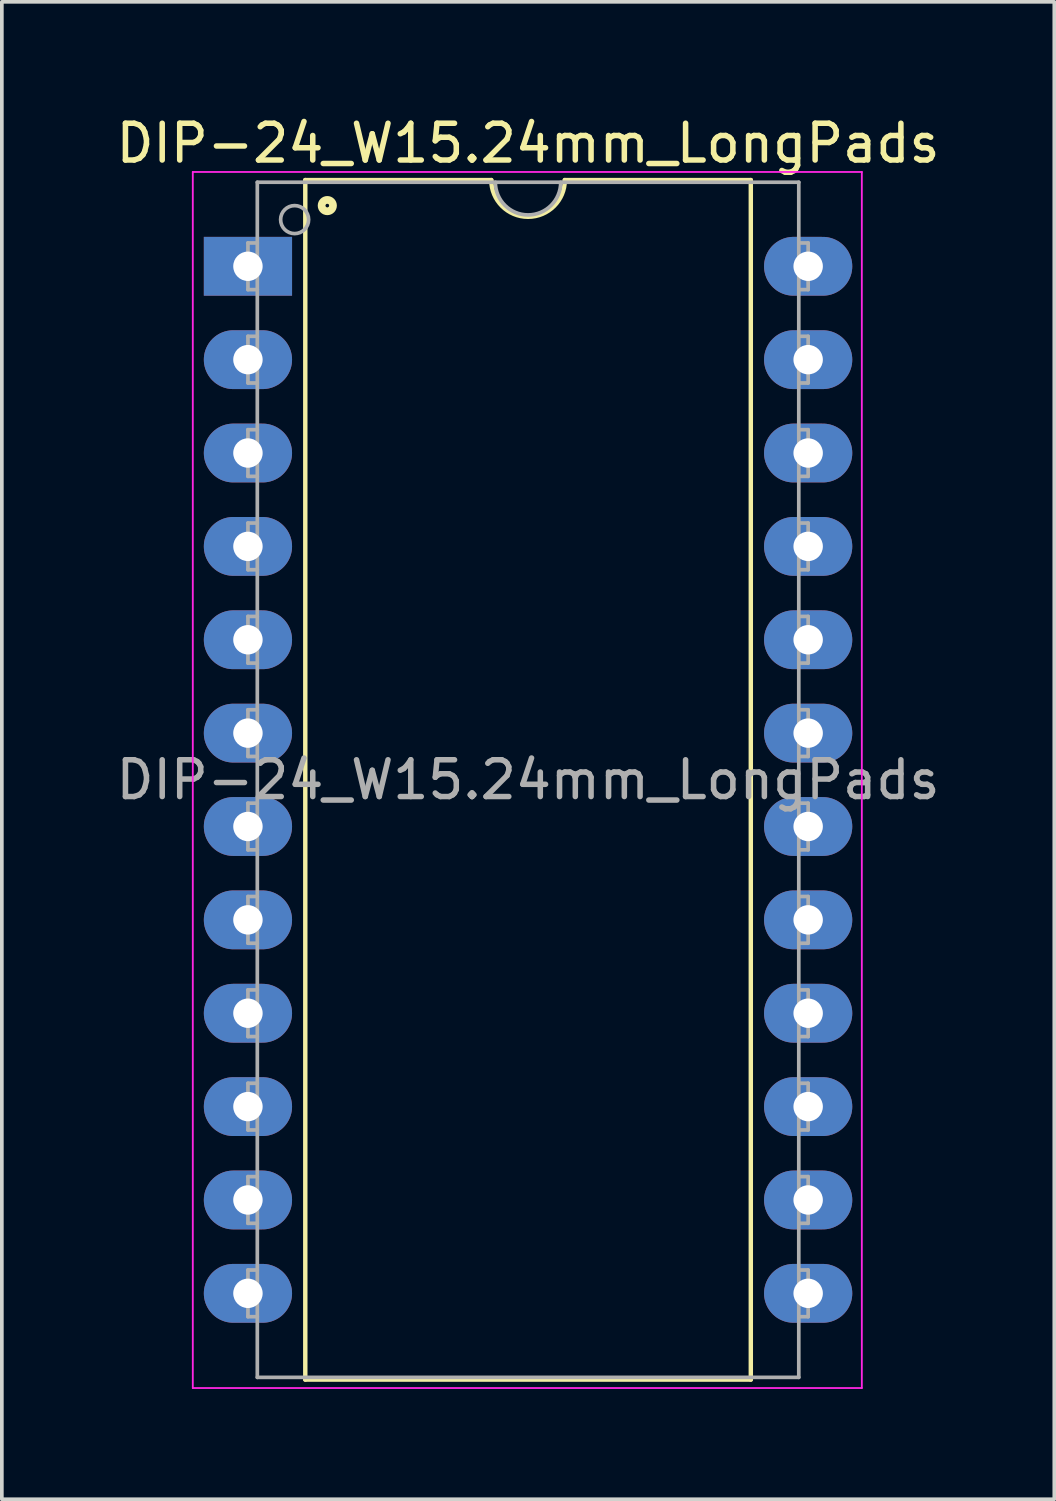
<source format=kicad_pcb>
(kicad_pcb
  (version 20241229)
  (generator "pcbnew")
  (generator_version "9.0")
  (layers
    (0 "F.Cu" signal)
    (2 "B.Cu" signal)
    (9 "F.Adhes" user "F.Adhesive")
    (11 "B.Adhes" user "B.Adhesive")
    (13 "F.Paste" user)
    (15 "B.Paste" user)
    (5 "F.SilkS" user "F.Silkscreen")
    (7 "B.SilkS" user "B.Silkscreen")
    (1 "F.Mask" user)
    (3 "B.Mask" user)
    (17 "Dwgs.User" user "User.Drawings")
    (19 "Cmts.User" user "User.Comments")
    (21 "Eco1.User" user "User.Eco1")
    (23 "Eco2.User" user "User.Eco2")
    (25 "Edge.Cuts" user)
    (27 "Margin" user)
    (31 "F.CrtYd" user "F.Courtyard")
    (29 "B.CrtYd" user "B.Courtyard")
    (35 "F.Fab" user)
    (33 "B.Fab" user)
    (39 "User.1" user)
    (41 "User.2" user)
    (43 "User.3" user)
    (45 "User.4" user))
  (footprint "DIP-24_W15.24mm_LongPads"
    (layer "F.Cu")
    (at 3.695 4.194)
    (property "Reference" "DIP-24_W15.24mm_LongPads" (at 7.62 -3.346 0) (layer "F.SilkS") (effects (font (size 1 1) (thickness 0.15))))
    (attr through_hole)
    (fp_line (start 1.56 -2.346) (end 1.56 30.286) (stroke (width 0.12) (type solid)) (layer "F.SilkS"))
    (fp_line (start 1.56 30.286) (end 13.68 30.286) (stroke (width 0.12) (type solid)) (layer "F.SilkS"))
    (fp_line (start 6.62 -2.346) (end 1.56 -2.346) (stroke (width 0.12) (type solid)) (layer "F.SilkS"))
    (fp_line (start 13.68 -2.346) (end 8.62 -2.346) (stroke (width 0.12) (type solid)) (layer "F.SilkS"))
    (fp_line (start 13.68 30.286) (end 13.68 -2.346) (stroke (width 0.12) (type solid)) (layer "F.SilkS"))
    (fp_arc (start 8.62 -2.346) (mid 7.62 -1.346) (end 6.62 -2.346) (stroke (width 0.12) (type solid)) (layer "F.SilkS"))
    (fp_circle (center 2.159 -1.651) (end 2.209 -1.651) (stroke (width 0.12) (type solid)) (fill no) (layer "F.SilkS"))
    (fp_circle (center 2.159 -1.651) (end 2.284 -1.651) (stroke (width 0.12) (type solid)) (fill no) (layer "F.SilkS"))
    (fp_circle (center 2.159 -1.651) (end 2.359 -1.651) (stroke (width 0.12) (type solid)) (fill no) (layer "F.SilkS"))
    (fp_line (start -1.5 -2.566) (end -1.5 30.516) (stroke (width 0.05) (type solid)) (layer "F.CrtYd"))
    (fp_line (start -1.5 30.516) (end 16.7 30.516) (stroke (width 0.05) (type solid)) (layer "F.CrtYd"))
    (fp_line (start 16.7 -2.566) (end -1.5 -2.566) (stroke (width 0.05) (type solid)) (layer "F.CrtYd"))
    (fp_line (start 16.7 30.516) (end 16.7 -2.566) (stroke (width 0.05) (type solid)) (layer "F.CrtYd"))
    (fp_line (start 0 -0.635) (end 0 0.635) (stroke (width 0.1) (type solid)) (layer "F.Fab"))
    (fp_line (start 0 -0.635) (end 0.254 -0.635) (stroke (width 0.1) (type solid)) (layer "F.Fab"))
    (fp_line (start 0 0.635) (end 0.254 0.635) (stroke (width 0.1) (type solid)) (layer "F.Fab"))
    (fp_line (start 0 1.905) (end 0 3.175) (stroke (width 0.1) (type solid)) (layer "F.Fab"))
    (fp_line (start 0 1.905) (end 0.254 1.905) (stroke (width 0.1) (type solid)) (layer "F.Fab"))
    (fp_line (start 0 3.175) (end 0.254 3.175) (stroke (width 0.1) (type solid)) (layer "F.Fab"))
    (fp_line (start 0 4.445) (end 0 5.715) (stroke (width 0.1) (type solid)) (layer "F.Fab"))
    (fp_line (start 0 4.445) (end 0.254 4.445) (stroke (width 0.1) (type solid)) (layer "F.Fab"))
    (fp_line (start 0 5.715) (end 0.254 5.715) (stroke (width 0.1) (type solid)) (layer "F.Fab"))
    (fp_line (start 0 6.985) (end 0 8.255) (stroke (width 0.1) (type solid)) (layer "F.Fab"))
    (fp_line (start 0 6.985) (end 0.254 6.985) (stroke (width 0.1) (type solid)) (layer "F.Fab"))
    (fp_line (start 0 8.255) (end 0.254 8.255) (stroke (width 0.1) (type solid)) (layer "F.Fab"))
    (fp_line (start 0 9.525) (end 0 10.795) (stroke (width 0.1) (type solid)) (layer "F.Fab"))
    (fp_line (start 0 9.525) (end 0.254 9.525) (stroke (width 0.1) (type solid)) (layer "F.Fab"))
    (fp_line (start 0 10.795) (end 0.254 10.795) (stroke (width 0.1) (type solid)) (layer "F.Fab"))
    (fp_line (start 0 12.065) (end 0 13.335) (stroke (width 0.1) (type solid)) (layer "F.Fab"))
    (fp_line (start 0 12.065) (end 0.254 12.065) (stroke (width 0.1) (type solid)) (layer "F.Fab"))
    (fp_line (start 0 13.335) (end 0.254 13.335) (stroke (width 0.1) (type solid)) (layer "F.Fab"))
    (fp_line (start 0 14.605) (end 0 15.875) (stroke (width 0.1) (type solid)) (layer "F.Fab"))
    (fp_line (start 0 14.605) (end 0.254 14.605) (stroke (width 0.1) (type solid)) (layer "F.Fab"))
    (fp_line (start 0 15.875) (end 0.254 15.875) (stroke (width 0.1) (type solid)) (layer "F.Fab"))
    (fp_line (start 0 17.145) (end 0 18.415) (stroke (width 0.1) (type solid)) (layer "F.Fab"))
    (fp_line (start 0 17.145) (end 0.254 17.145) (stroke (width 0.1) (type solid)) (layer "F.Fab"))
    (fp_line (start 0 18.415) (end 0.254 18.415) (stroke (width 0.1) (type solid)) (layer "F.Fab"))
    (fp_line (start 0 19.685) (end 0 20.955) (stroke (width 0.1) (type solid)) (layer "F.Fab"))
    (fp_line (start 0 19.685) (end 0.254 19.685) (stroke (width 0.1) (type solid)) (layer "F.Fab"))
    (fp_line (start 0 20.955) (end 0.254 20.955) (stroke (width 0.1) (type solid)) (layer "F.Fab"))
    (fp_line (start 0 22.225) (end 0 23.495) (stroke (width 0.1) (type solid)) (layer "F.Fab"))
    (fp_line (start 0 22.225) (end 0.254 22.225) (stroke (width 0.1) (type solid)) (layer "F.Fab"))
    (fp_line (start 0 23.495) (end 0.254 23.495) (stroke (width 0.1) (type solid)) (layer "F.Fab"))
    (fp_line (start 0 24.765) (end 0 26.035) (stroke (width 0.1) (type solid)) (layer "F.Fab"))
    (fp_line (start 0 24.765) (end 0.254 24.765) (stroke (width 0.1) (type solid)) (layer "F.Fab"))
    (fp_line (start 0 26.035) (end 0.254 26.035) (stroke (width 0.1) (type solid)) (layer "F.Fab"))
    (fp_line (start 0 27.305) (end 0 28.575) (stroke (width 0.1) (type solid)) (layer "F.Fab"))
    (fp_line (start 0 27.305) (end 0.254 27.305) (stroke (width 0.1) (type solid)) (layer "F.Fab"))
    (fp_line (start 0 28.575) (end 0.254 28.575) (stroke (width 0.1) (type solid)) (layer "F.Fab"))
    (fp_line (start 0.255 -2.286) (end 14.985 -2.286) (stroke (width 0.1) (type solid)) (layer "F.Fab"))
    (fp_line (start 0.255 30.226) (end 0.255 -2.286) (stroke (width 0.1) (type solid)) (layer "F.Fab"))
    (fp_line (start 14.985 -2.286) (end 14.985 30.226) (stroke (width 0.1) (type solid)) (layer "F.Fab"))
    (fp_line (start 14.985 30.226) (end 0.255 30.226) (stroke (width 0.1) (type solid)) (layer "F.Fab"))
    (fp_line (start 15.24 -0.635) (end 14.986 -0.635) (stroke (width 0.1) (type solid)) (layer "F.Fab"))
    (fp_line (start 15.24 0.635) (end 14.986 0.635) (stroke (width 0.1) (type solid)) (layer "F.Fab"))
    (fp_line (start 15.24 0.635) (end 15.24 -0.635) (stroke (width 0.1) (type solid)) (layer "F.Fab"))
    (fp_line (start 15.24 1.905) (end 14.986 1.905) (stroke (width 0.1) (type solid)) (layer "F.Fab"))
    (fp_line (start 15.24 3.175) (end 14.986 3.175) (stroke (width 0.1) (type solid)) (layer "F.Fab"))
    (fp_line (start 15.24 3.175) (end 15.24 1.905) (stroke (width 0.1) (type solid)) (layer "F.Fab"))
    (fp_line (start 15.24 4.445) (end 14.986 4.445) (stroke (width 0.1) (type solid)) (layer "F.Fab"))
    (fp_line (start 15.24 5.715) (end 14.986 5.715) (stroke (width 0.1) (type solid)) (layer "F.Fab"))
    (fp_line (start 15.24 5.715) (end 15.24 4.445) (stroke (width 0.1) (type solid)) (layer "F.Fab"))
    (fp_line (start 15.24 6.985) (end 14.986 6.985) (stroke (width 0.1) (type solid)) (layer "F.Fab"))
    (fp_line (start 15.24 8.255) (end 14.986 8.255) (stroke (width 0.1) (type solid)) (layer "F.Fab"))
    (fp_line (start 15.24 8.255) (end 15.24 6.985) (stroke (width 0.1) (type solid)) (layer "F.Fab"))
    (fp_line (start 15.24 9.525) (end 14.986 9.525) (stroke (width 0.1) (type solid)) (layer "F.Fab"))
    (fp_line (start 15.24 10.795) (end 14.986 10.795) (stroke (width 0.1) (type solid)) (layer "F.Fab"))
    (fp_line (start 15.24 10.795) (end 15.24 9.525) (stroke (width 0.1) (type solid)) (layer "F.Fab"))
    (fp_line (start 15.24 12.065) (end 14.986 12.065) (stroke (width 0.1) (type solid)) (layer "F.Fab"))
    (fp_line (start 15.24 13.335) (end 14.986 13.335) (stroke (width 0.1) (type solid)) (layer "F.Fab"))
    (fp_line (start 15.24 13.335) (end 15.24 12.065) (stroke (width 0.1) (type solid)) (layer "F.Fab"))
    (fp_line (start 15.24 14.605) (end 14.986 14.605) (stroke (width 0.1) (type solid)) (layer "F.Fab"))
    (fp_line (start 15.24 15.875) (end 14.986 15.875) (stroke (width 0.1) (type solid)) (layer "F.Fab"))
    (fp_line (start 15.24 15.875) (end 15.24 14.605) (stroke (width 0.1) (type solid)) (layer "F.Fab"))
    (fp_line (start 15.24 17.145) (end 14.986 17.145) (stroke (width 0.1) (type solid)) (layer "F.Fab"))
    (fp_line (start 15.24 18.415) (end 14.986 18.415) (stroke (width 0.1) (type solid)) (layer "F.Fab"))
    (fp_line (start 15.24 18.415) (end 15.24 17.145) (stroke (width 0.1) (type solid)) (layer "F.Fab"))
    (fp_line (start 15.24 19.685) (end 14.986 19.685) (stroke (width 0.1) (type solid)) (layer "F.Fab"))
    (fp_line (start 15.24 20.955) (end 14.986 20.955) (stroke (width 0.1) (type solid)) (layer "F.Fab"))
    (fp_line (start 15.24 20.955) (end 15.24 19.685) (stroke (width 0.1) (type solid)) (layer "F.Fab"))
    (fp_line (start 15.24 22.225) (end 14.986 22.225) (stroke (width 0.1) (type solid)) (layer "F.Fab"))
    (fp_line (start 15.24 23.495) (end 14.986 23.495) (stroke (width 0.1) (type solid)) (layer "F.Fab"))
    (fp_line (start 15.24 23.495) (end 15.24 22.225) (stroke (width 0.1) (type solid)) (layer "F.Fab"))
    (fp_line (start 15.24 24.765) (end 14.986 24.765) (stroke (width 0.1) (type solid)) (layer "F.Fab"))
    (fp_line (start 15.24 26.035) (end 14.986 26.035) (stroke (width 0.1) (type solid)) (layer "F.Fab"))
    (fp_line (start 15.24 26.035) (end 15.24 24.765) (stroke (width 0.1) (type solid)) (layer "F.Fab"))
    (fp_line (start 15.24 27.305) (end 14.986 27.305) (stroke (width 0.1) (type solid)) (layer "F.Fab"))
    (fp_line (start 15.24 28.575) (end 14.986 28.575) (stroke (width 0.1) (type solid)) (layer "F.Fab"))
    (fp_line (start 15.24 28.575) (end 15.24 27.305) (stroke (width 0.1) (type solid)) (layer "F.Fab"))
    (fp_arc (start 8.509 -2.286) (mid 7.62 -1.397) (end 6.731 -2.286) (stroke (width 0.1) (type solid)) (layer "F.Fab"))
    (fp_circle (center 1.27 -1.27) (end 1.651 -1.27) (stroke (width 0.1) (type solid)) (fill no) (layer "F.Fab"))
    (fp_text user "${REFERENCE}" (at 7.62 13.97 0) (layer "F.Fab") (effects (font (size 1 1) (thickness 0.15))))
    (pad "1" thru_hole rect (at 0 0) (size 2.4 1.6) (drill 0.8) (layers "*.Cu" "*.Mask"))
    (pad "2" thru_hole oval (at 0 2.54) (size 2.4 1.6) (drill 0.8) (layers "*.Cu" "*.Mask"))
    (pad "3" thru_hole oval (at 0 5.08) (size 2.4 1.6) (drill 0.8) (layers "*.Cu" "*.Mask"))
    (pad "4" thru_hole oval (at 0 7.62) (size 2.4 1.6) (drill 0.8) (layers "*.Cu" "*.Mask"))
    (pad "5" thru_hole oval (at 0 10.16) (size 2.4 1.6) (drill 0.8) (layers "*.Cu" "*.Mask"))
    (pad "6" thru_hole oval (at 0 12.7) (size 2.4 1.6) (drill 0.8) (layers "*.Cu" "*.Mask"))
    (pad "7" thru_hole oval (at 0 15.24) (size 2.4 1.6) (drill 0.8) (layers "*.Cu" "*.Mask"))
    (pad "8" thru_hole oval (at 0 17.78) (size 2.4 1.6) (drill 0.8) (layers "*.Cu" "*.Mask"))
    (pad "9" thru_hole oval (at 0 20.32) (size 2.4 1.6) (drill 0.8) (layers "*.Cu" "*.Mask"))
    (pad "10" thru_hole oval (at 0 22.86) (size 2.4 1.6) (drill 0.8) (layers "*.Cu" "*.Mask"))
    (pad "11" thru_hole oval (at 0 25.4) (size 2.4 1.6) (drill 0.8) (layers "*.Cu" "*.Mask"))
    (pad "12" thru_hole oval (at 0 27.94) (size 2.4 1.6) (drill 0.8) (layers "*.Cu" "*.Mask"))
    (pad "13" thru_hole oval (at 15.24 27.94) (size 2.4 1.6) (drill 0.8) (layers "*.Cu" "*.Mask"))
    (pad "14" thru_hole oval (at 15.24 25.4) (size 2.4 1.6) (drill 0.8) (layers "*.Cu" "*.Mask"))
    (pad "15" thru_hole oval (at 15.24 22.86) (size 2.4 1.6) (drill 0.8) (layers "*.Cu" "*.Mask"))
    (pad "16" thru_hole oval (at 15.24 20.32) (size 2.4 1.6) (drill 0.8) (layers "*.Cu" "*.Mask"))
    (pad "17" thru_hole oval (at 15.24 17.78) (size 2.4 1.6) (drill 0.8) (layers "*.Cu" "*.Mask"))
    (pad "18" thru_hole oval (at 15.24 15.24) (size 2.4 1.6) (drill 0.8) (layers "*.Cu" "*.Mask"))
    (pad "19" thru_hole oval (at 15.24 12.7) (size 2.4 1.6) (drill 0.8) (layers "*.Cu" "*.Mask"))
    (pad "20" thru_hole oval (at 15.24 10.16) (size 2.4 1.6) (drill 0.8) (layers "*.Cu" "*.Mask"))
    (pad "21" thru_hole oval (at 15.24 7.62) (size 2.4 1.6) (drill 0.8) (layers "*.Cu" "*.Mask"))
    (pad "22" thru_hole oval (at 15.24 5.08) (size 2.4 1.6) (drill 0.8) (layers "*.Cu" "*.Mask"))
    (pad "23" thru_hole oval (at 15.24 2.54) (size 2.4 1.6) (drill 0.8) (layers "*.Cu" "*.Mask"))
    (pad "24" thru_hole oval (at 15.24 0) (size 2.4 1.6) (drill 0.8) (layers "*.Cu" "*.Mask")))
  (gr_rect
    (start -3 -3)
    (end 25.631 37.735)
    (stroke (width 0.1) (type default))
    (fill no)
    (layer "Edge.Cuts")))
</source>
